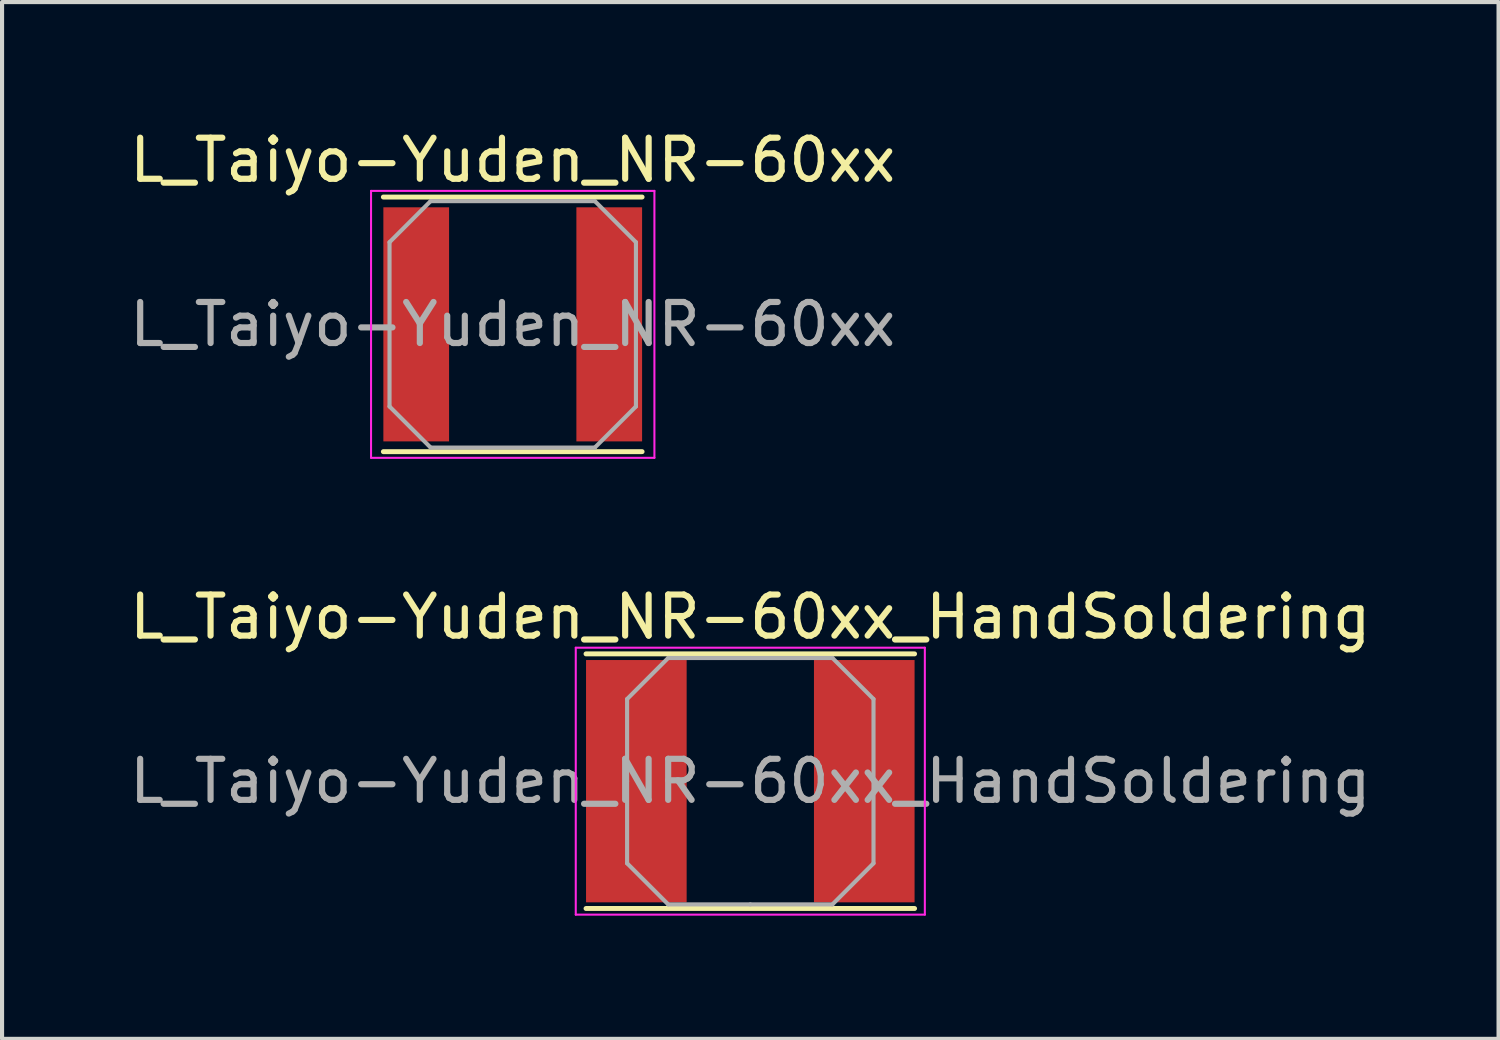
<source format=kicad_pcb>
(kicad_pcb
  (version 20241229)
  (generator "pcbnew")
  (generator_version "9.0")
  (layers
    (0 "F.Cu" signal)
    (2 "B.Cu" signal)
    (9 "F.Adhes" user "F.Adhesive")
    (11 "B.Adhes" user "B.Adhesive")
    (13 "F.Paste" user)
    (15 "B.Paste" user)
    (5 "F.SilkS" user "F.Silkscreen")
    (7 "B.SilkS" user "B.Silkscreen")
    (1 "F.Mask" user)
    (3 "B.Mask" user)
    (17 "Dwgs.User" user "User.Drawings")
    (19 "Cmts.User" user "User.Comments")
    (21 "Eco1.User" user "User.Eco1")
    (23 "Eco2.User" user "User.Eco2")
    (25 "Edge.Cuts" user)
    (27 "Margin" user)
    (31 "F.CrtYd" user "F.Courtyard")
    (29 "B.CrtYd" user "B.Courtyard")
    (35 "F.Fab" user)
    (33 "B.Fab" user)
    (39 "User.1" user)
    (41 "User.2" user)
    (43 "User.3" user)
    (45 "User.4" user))
  (footprint "L_Taiyo-Yuden_NR-60xx"
    (layer "F.Cu")
    (at 9.435 4.848)
    (property "Reference" "L_Taiyo-Yuden_NR-60xx" (at 0 -4 0) (layer "F.SilkS") (effects (font (size 1 1) (thickness 0.15))))
    (attr smd)
    (fp_line (start -3.15 -3.1) (end 3.15 -3.1) (stroke (width 0.12) (type solid)) (layer "F.SilkS"))
    (fp_line (start -3.15 3.1) (end 3.15 3.1) (stroke (width 0.12) (type solid)) (layer "F.SilkS"))
    (fp_line (start -3.45 -3.25) (end -3.45 3.25) (stroke (width 0.05) (type solid)) (layer "F.CrtYd"))
    (fp_line (start -3.45 3.25) (end 3.45 3.25) (stroke (width 0.05) (type solid)) (layer "F.CrtYd"))
    (fp_line (start 3.45 -3.25) (end -3.45 -3.25) (stroke (width 0.05) (type solid)) (layer "F.CrtYd"))
    (fp_line (start 3.45 3.25) (end 3.45 -3.25) (stroke (width 0.05) (type solid)) (layer "F.CrtYd"))
    (fp_line (start -3 -2) (end -2 -3) (stroke (width 0.1) (type solid)) (layer "F.Fab"))
    (fp_line (start -3 2) (end -3 -2) (stroke (width 0.1) (type solid)) (layer "F.Fab"))
    (fp_line (start -3 2) (end -2 3) (stroke (width 0.1) (type solid)) (layer "F.Fab"))
    (fp_line (start -2 -3) (end 2 -3) (stroke (width 0.1) (type solid)) (layer "F.Fab"))
    (fp_line (start -2 3) (end 2 3) (stroke (width 0.1) (type solid)) (layer "F.Fab"))
    (fp_line (start 3 -2) (end 2 -3) (stroke (width 0.1) (type solid)) (layer "F.Fab"))
    (fp_line (start 3 2) (end 2 3) (stroke (width 0.1) (type solid)) (layer "F.Fab"))
    (fp_line (start 3 2) (end 3 -2) (stroke (width 0.1) (type solid)) (layer "F.Fab"))
    (fp_text user "${REFERENCE}" (at 0 0 0) (layer "F.Fab") (effects (font (size 1 1) (thickness 0.15))))
    (pad "1" smd rect (at -2.35 0) (size 1.6 5.7) (layers "F.Cu" "F.Mask" "F.Paste"))
    (pad "2" smd rect (at 2.35 0) (size 1.6 5.7) (layers "F.Cu" "F.Mask" "F.Paste")))
  (footprint "L_Taiyo-Yuden_NR-60xx_HandSoldering"
    (layer "F.Cu")
    (at 15.22 15.972)
    (property "Reference" "L_Taiyo-Yuden_NR-60xx_HandSoldering" (at 0 -4 0) (layer "F.SilkS") (effects (font (size 1 1) (thickness 0.15))))
    (attr smd)
    (fp_line (start -4 -3.1) (end 4 -3.1) (stroke (width 0.12) (type solid)) (layer "F.SilkS"))
    (fp_line (start -4 3.1) (end 4 3.1) (stroke (width 0.12) (type solid)) (layer "F.SilkS"))
    (fp_line (start -4.25 -3.25) (end -4.25 3.25) (stroke (width 0.05) (type solid)) (layer "F.CrtYd"))
    (fp_line (start -4.25 3.25) (end 4.25 3.25) (stroke (width 0.05) (type solid)) (layer "F.CrtYd"))
    (fp_line (start 4.25 -3.25) (end -4.25 -3.25) (stroke (width 0.05) (type solid)) (layer "F.CrtYd"))
    (fp_line (start 4.25 3.25) (end 4.25 -3.25) (stroke (width 0.05) (type solid)) (layer "F.CrtYd"))
    (fp_line (start -3 -2) (end -2 -3) (stroke (width 0.1) (type solid)) (layer "F.Fab"))
    (fp_line (start -3 0) (end -3 -2) (stroke (width 0.1) (type solid)) (layer "F.Fab"))
    (fp_line (start -3 0) (end -3 2) (stroke (width 0.1) (type solid)) (layer "F.Fab"))
    (fp_line (start -3 2) (end -2 3) (stroke (width 0.1) (type solid)) (layer "F.Fab"))
    (fp_line (start -2 -3) (end 0 -3) (stroke (width 0.1) (type solid)) (layer "F.Fab"))
    (fp_line (start -2 3) (end 0 3) (stroke (width 0.1) (type solid)) (layer "F.Fab"))
    (fp_line (start 2 -3) (end 0 -3) (stroke (width 0.1) (type solid)) (layer "F.Fab"))
    (fp_line (start 2 3) (end 0 3) (stroke (width 0.1) (type solid)) (layer "F.Fab"))
    (fp_line (start 3 -2) (end 2 -3) (stroke (width 0.1) (type solid)) (layer "F.Fab"))
    (fp_line (start 3 0) (end 3 -2) (stroke (width 0.1) (type solid)) (layer "F.Fab"))
    (fp_line (start 3 0) (end 3 2) (stroke (width 0.1) (type solid)) (layer "F.Fab"))
    (fp_line (start 3 2) (end 2 3) (stroke (width 0.1) (type solid)) (layer "F.Fab"))
    (fp_text user "${REFERENCE}" (at 0 0 0) (layer "F.Fab") (effects (font (size 1 1) (thickness 0.15))))
    (pad "1" smd rect (at -2.775 0) (size 2.45 5.9) (layers "F.Cu" "F.Mask" "F.Paste"))
    (pad "2" smd rect (at 2.775 0) (size 2.45 5.9) (layers "F.Cu" "F.Mask" "F.Paste")))
  (gr_rect
    (start -3 -3)
    (end 33.44 22.247)
    (stroke (width 0.1) (type default))
    (fill no)
    (layer "Edge.Cuts")))
</source>
